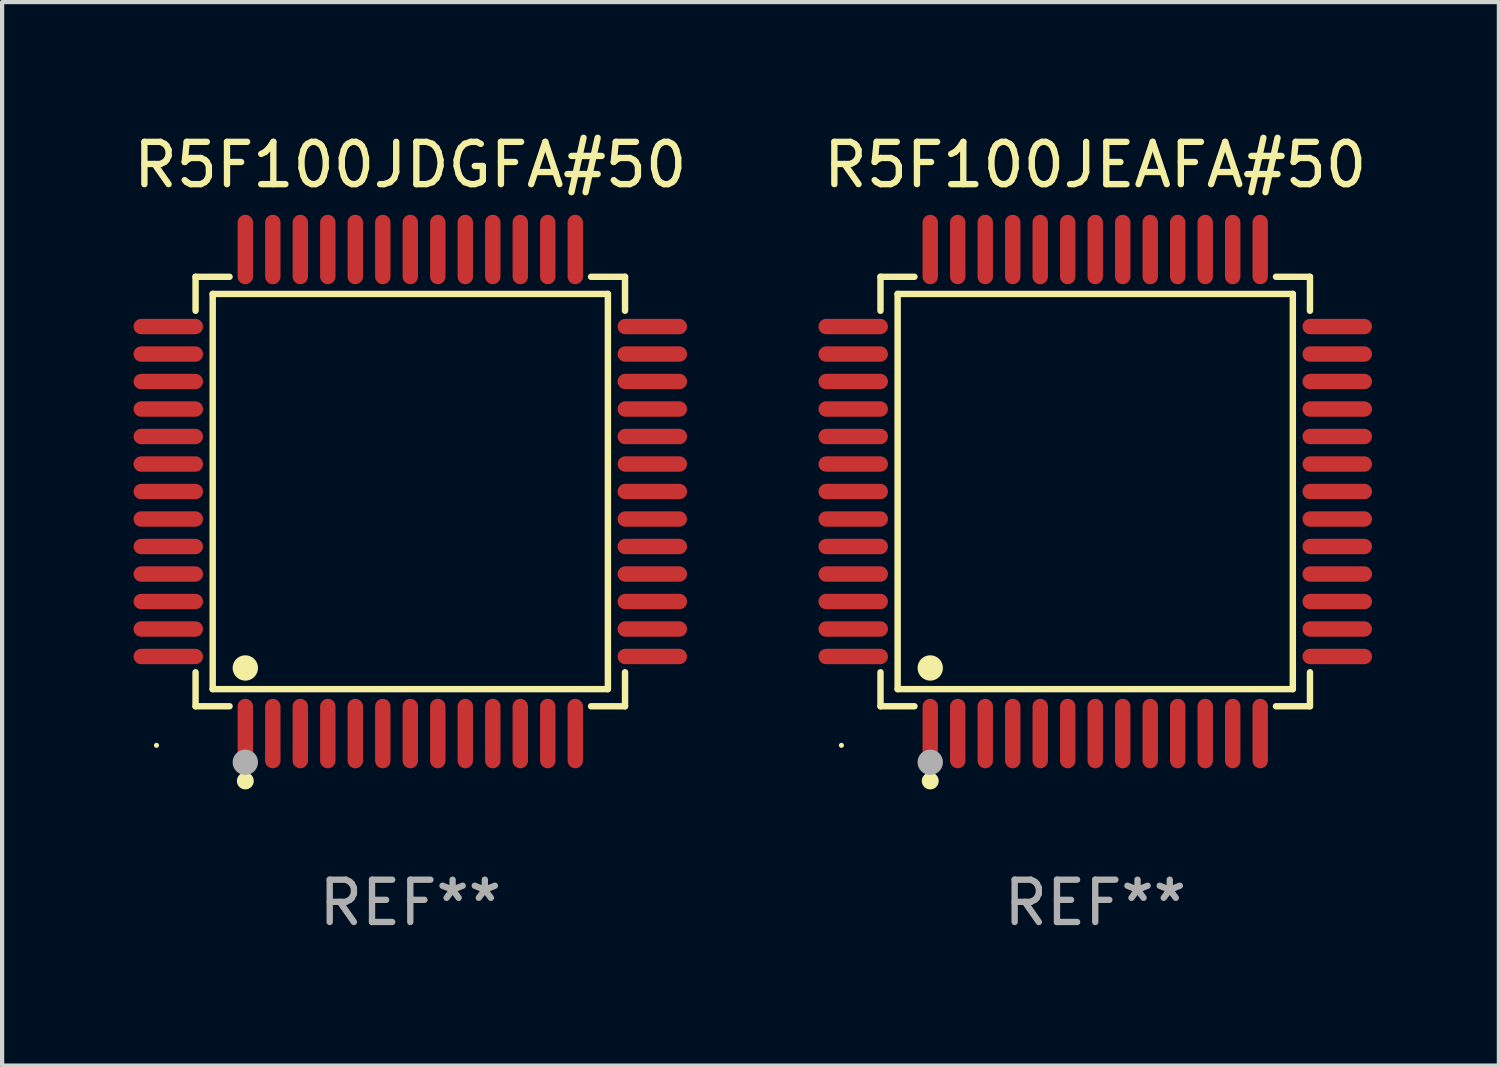
<source format=kicad_pcb>
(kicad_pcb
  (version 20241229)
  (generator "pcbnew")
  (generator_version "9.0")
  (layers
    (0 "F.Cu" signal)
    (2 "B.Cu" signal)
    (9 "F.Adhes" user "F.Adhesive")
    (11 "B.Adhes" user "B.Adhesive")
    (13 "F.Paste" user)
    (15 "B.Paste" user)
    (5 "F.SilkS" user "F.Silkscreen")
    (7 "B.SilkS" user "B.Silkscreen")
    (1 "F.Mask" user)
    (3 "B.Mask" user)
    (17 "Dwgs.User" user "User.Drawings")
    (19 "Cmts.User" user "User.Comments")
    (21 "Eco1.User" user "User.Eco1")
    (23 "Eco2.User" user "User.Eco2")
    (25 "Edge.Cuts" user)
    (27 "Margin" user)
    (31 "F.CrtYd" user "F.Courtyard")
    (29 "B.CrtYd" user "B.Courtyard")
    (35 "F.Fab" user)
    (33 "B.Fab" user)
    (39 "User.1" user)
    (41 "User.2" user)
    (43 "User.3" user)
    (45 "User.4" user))
  (footprint "R5F100JDGFA#50"
    (layer "F.Cu")
    (at 6.649 8.569)
    (property "Reference" "R5F100JDGFA#50" (at 0 -7.721 0) (layer "F.SilkS") (effects (font (size 1 1) (thickness 0.15))))
    (attr through_hole)
    (fp_line (start -5.076 -5.076) (end -4.273 -5.076) (stroke (width 0.152) (type solid)) (layer "F.SilkS"))
    (fp_line (start -5.076 -4.273) (end -5.076 -5.076) (stroke (width 0.152) (type solid)) (layer "F.SilkS"))
    (fp_line (start -5.076 4.273) (end -5.076 5.076) (stroke (width 0.152) (type solid)) (layer "F.SilkS"))
    (fp_line (start -5.076 5.076) (end -4.273 5.076) (stroke (width 0.152) (type solid)) (layer "F.SilkS"))
    (fp_line (start -4.671 -4.671) (end 4.671 -4.671) (stroke (width 0.152) (type solid)) (layer "F.SilkS"))
    (fp_line (start -4.671 4.671) (end -4.671 -4.671) (stroke (width 0.152) (type solid)) (layer "F.SilkS"))
    (fp_line (start 4.671 -4.671) (end 4.671 4.671) (stroke (width 0.152) (type solid)) (layer "F.SilkS"))
    (fp_line (start 4.671 4.671) (end -4.671 4.671) (stroke (width 0.152) (type solid)) (layer "F.SilkS"))
    (fp_line (start 5.076 -5.076) (end 4.273 -5.076) (stroke (width 0.152) (type solid)) (layer "F.SilkS"))
    (fp_line (start 5.076 -4.273) (end 5.076 -5.076) (stroke (width 0.152) (type solid)) (layer "F.SilkS"))
    (fp_line (start 5.076 4.273) (end 5.076 5.076) (stroke (width 0.152) (type solid)) (layer "F.SilkS"))
    (fp_line (start 5.076 5.076) (end 4.273 5.076) (stroke (width 0.152) (type solid)) (layer "F.SilkS"))
    (fp_circle (center -6 6) (end -5.97 6) (stroke (width 0.06) (type solid)) (fill no) (layer "F.SilkS"))
    (fp_circle (center -3.9 4.171) (end -3.75 4.171) (stroke (width 0.3) (type solid)) (fill no) (layer "F.SilkS"))
    (fp_circle (center -3.9 6.842) (end -3.8 6.842) (stroke (width 0.2) (type solid)) (fill no) (layer "F.SilkS"))
    (fp_circle (center -3.9 6.4) (end -3.75 6.4) (stroke (width 0.3) (type solid)) (fill no) (layer "F.Fab"))
    (fp_text user "REF**" (at 0 9.721 0) (layer "F.Fab") (effects (font (size 1 1) (thickness 0.15))))
    (pad "1" smd oval (at -3.9 5.721) (size 0.364 1.642) (layers "F.Cu" "F.Mask" "F.Paste"))
    (pad "2" smd oval (at -3.25 5.721) (size 0.364 1.642) (layers "F.Cu" "F.Mask" "F.Paste"))
    (pad "3" smd oval (at -2.6 5.721) (size 0.364 1.642) (layers "F.Cu" "F.Mask" "F.Paste"))
    (pad "4" smd oval (at -1.95 5.721) (size 0.364 1.642) (layers "F.Cu" "F.Mask" "F.Paste"))
    (pad "5" smd oval (at -1.3 5.721) (size 0.364 1.642) (layers "F.Cu" "F.Mask" "F.Paste"))
    (pad "6" smd oval (at -0.65 5.721) (size 0.364 1.642) (layers "F.Cu" "F.Mask" "F.Paste"))
    (pad "7" smd oval (at 0 5.721) (size 0.364 1.642) (layers "F.Cu" "F.Mask" "F.Paste"))
    (pad "8" smd oval (at 0.65 5.721) (size 0.364 1.642) (layers "F.Cu" "F.Mask" "F.Paste"))
    (pad "9" smd oval (at 1.3 5.721) (size 0.364 1.642) (layers "F.Cu" "F.Mask" "F.Paste"))
    (pad "10" smd oval (at 1.95 5.721) (size 0.364 1.642) (layers "F.Cu" "F.Mask" "F.Paste"))
    (pad "11" smd oval (at 2.6 5.721) (size 0.364 1.642) (layers "F.Cu" "F.Mask" "F.Paste"))
    (pad "12" smd oval (at 3.25 5.721) (size 0.364 1.642) (layers "F.Cu" "F.Mask" "F.Paste"))
    (pad "13" smd oval (at 3.9 5.721) (size 0.364 1.642) (layers "F.Cu" "F.Mask" "F.Paste"))
    (pad "14" smd oval (at 5.721 3.9) (size 1.642 0.364) (layers "F.Cu" "F.Mask" "F.Paste"))
    (pad "15" smd oval (at 5.721 3.25) (size 1.642 0.364) (layers "F.Cu" "F.Mask" "F.Paste"))
    (pad "16" smd oval (at 5.721 2.6) (size 1.642 0.364) (layers "F.Cu" "F.Mask" "F.Paste"))
    (pad "17" smd oval (at 5.721 1.95) (size 1.642 0.364) (layers "F.Cu" "F.Mask" "F.Paste"))
    (pad "18" smd oval (at 5.721 1.3) (size 1.642 0.364) (layers "F.Cu" "F.Mask" "F.Paste"))
    (pad "19" smd oval (at 5.721 0.65) (size 1.642 0.364) (layers "F.Cu" "F.Mask" "F.Paste"))
    (pad "20" smd oval (at 5.721 0) (size 1.642 0.364) (layers "F.Cu" "F.Mask" "F.Paste"))
    (pad "21" smd oval (at 5.721 -0.65) (size 1.642 0.364) (layers "F.Cu" "F.Mask" "F.Paste"))
    (pad "22" smd oval (at 5.721 -1.3) (size 1.642 0.364) (layers "F.Cu" "F.Mask" "F.Paste"))
    (pad "23" smd oval (at 5.721 -1.95) (size 1.642 0.364) (layers "F.Cu" "F.Mask" "F.Paste"))
    (pad "24" smd oval (at 5.721 -2.6) (size 1.642 0.364) (layers "F.Cu" "F.Mask" "F.Paste"))
    (pad "25" smd oval (at 5.721 -3.25) (size 1.642 0.364) (layers "F.Cu" "F.Mask" "F.Paste"))
    (pad "26" smd oval (at 5.721 -3.9) (size 1.642 0.364) (layers "F.Cu" "F.Mask" "F.Paste"))
    (pad "27" smd oval (at 3.9 -5.721) (size 0.364 1.642) (layers "F.Cu" "F.Mask" "F.Paste"))
    (pad "28" smd oval (at 3.25 -5.721) (size 0.364 1.642) (layers "F.Cu" "F.Mask" "F.Paste"))
    (pad "29" smd oval (at 2.6 -5.721) (size 0.364 1.642) (layers "F.Cu" "F.Mask" "F.Paste"))
    (pad "30" smd oval (at 1.95 -5.721) (size 0.364 1.642) (layers "F.Cu" "F.Mask" "F.Paste"))
    (pad "31" smd oval (at 1.3 -5.721) (size 0.364 1.642) (layers "F.Cu" "F.Mask" "F.Paste"))
    (pad "32" smd oval (at 0.65 -5.721) (size 0.364 1.642) (layers "F.Cu" "F.Mask" "F.Paste"))
    (pad "33" smd oval (at 0 -5.721) (size 0.364 1.642) (layers "F.Cu" "F.Mask" "F.Paste"))
    (pad "34" smd oval (at -0.65 -5.721) (size 0.364 1.642) (layers "F.Cu" "F.Mask" "F.Paste"))
    (pad "35" smd oval (at -1.3 -5.721) (size 0.364 1.642) (layers "F.Cu" "F.Mask" "F.Paste"))
    (pad "36" smd oval (at -1.95 -5.721) (size 0.364 1.642) (layers "F.Cu" "F.Mask" "F.Paste"))
    (pad "37" smd oval (at -2.6 -5.721) (size 0.364 1.642) (layers "F.Cu" "F.Mask" "F.Paste"))
    (pad "38" smd oval (at -3.25 -5.721) (size 0.364 1.642) (layers "F.Cu" "F.Mask" "F.Paste"))
    (pad "39" smd oval (at -3.9 -5.721) (size 0.364 1.642) (layers "F.Cu" "F.Mask" "F.Paste"))
    (pad "40" smd oval (at -5.721 -3.9) (size 1.642 0.364) (layers "F.Cu" "F.Mask" "F.Paste"))
    (pad "41" smd oval (at -5.721 -3.25) (size 1.642 0.364) (layers "F.Cu" "F.Mask" "F.Paste"))
    (pad "42" smd oval (at -5.721 -2.6) (size 1.642 0.364) (layers "F.Cu" "F.Mask" "F.Paste"))
    (pad "43" smd oval (at -5.721 -1.95) (size 1.642 0.364) (layers "F.Cu" "F.Mask" "F.Paste"))
    (pad "44" smd oval (at -5.721 -1.3) (size 1.642 0.364) (layers "F.Cu" "F.Mask" "F.Paste"))
    (pad "45" smd oval (at -5.721 -0.65) (size 1.642 0.364) (layers "F.Cu" "F.Mask" "F.Paste"))
    (pad "46" smd oval (at -5.721 0) (size 1.642 0.364) (layers "F.Cu" "F.Mask" "F.Paste"))
    (pad "47" smd oval (at -5.721 0.65) (size 1.642 0.364) (layers "F.Cu" "F.Mask" "F.Paste"))
    (pad "48" smd oval (at -5.721 1.3) (size 1.642 0.364) (layers "F.Cu" "F.Mask" "F.Paste"))
    (pad "49" smd oval (at -5.721 1.95) (size 1.642 0.364) (layers "F.Cu" "F.Mask" "F.Paste"))
    (pad "50" smd oval (at -5.721 2.6) (size 1.642 0.364) (layers "F.Cu" "F.Mask" "F.Paste"))
    (pad "51" smd oval (at -5.721 3.25) (size 1.642 0.364) (layers "F.Cu" "F.Mask" "F.Paste"))
    (pad "52" smd oval (at -5.721 3.9) (size 1.642 0.364) (layers "F.Cu" "F.Mask" "F.Paste")))
  (footprint "R5F100JEAFA#50"
    (layer "F.Cu")
    (at 22.84 8.569)
    (property "Reference" "R5F100JEAFA#50" (at 0 -7.721 0) (layer "F.SilkS") (effects (font (size 1 1) (thickness 0.15))))
    (attr through_hole)
    (fp_line (start -5.076 -5.076) (end -4.273 -5.076) (stroke (width 0.152) (type solid)) (layer "F.SilkS"))
    (fp_line (start -5.076 -4.273) (end -5.076 -5.076) (stroke (width 0.152) (type solid)) (layer "F.SilkS"))
    (fp_line (start -5.076 4.273) (end -5.076 5.076) (stroke (width 0.152) (type solid)) (layer "F.SilkS"))
    (fp_line (start -5.076 5.076) (end -4.273 5.076) (stroke (width 0.152) (type solid)) (layer "F.SilkS"))
    (fp_line (start -4.671 -4.671) (end 4.671 -4.671) (stroke (width 0.152) (type solid)) (layer "F.SilkS"))
    (fp_line (start -4.671 4.671) (end -4.671 -4.671) (stroke (width 0.152) (type solid)) (layer "F.SilkS"))
    (fp_line (start 4.671 -4.671) (end 4.671 4.671) (stroke (width 0.152) (type solid)) (layer "F.SilkS"))
    (fp_line (start 4.671 4.671) (end -4.671 4.671) (stroke (width 0.152) (type solid)) (layer "F.SilkS"))
    (fp_line (start 5.076 -5.076) (end 4.273 -5.076) (stroke (width 0.152) (type solid)) (layer "F.SilkS"))
    (fp_line (start 5.076 -4.273) (end 5.076 -5.076) (stroke (width 0.152) (type solid)) (layer "F.SilkS"))
    (fp_line (start 5.076 4.273) (end 5.076 5.076) (stroke (width 0.152) (type solid)) (layer "F.SilkS"))
    (fp_line (start 5.076 5.076) (end 4.273 5.076) (stroke (width 0.152) (type solid)) (layer "F.SilkS"))
    (fp_circle (center -6 6) (end -5.97 6) (stroke (width 0.06) (type solid)) (fill no) (layer "F.SilkS"))
    (fp_circle (center -3.9 4.171) (end -3.75 4.171) (stroke (width 0.3) (type solid)) (fill no) (layer "F.SilkS"))
    (fp_circle (center -3.9 6.842) (end -3.8 6.842) (stroke (width 0.2) (type solid)) (fill no) (layer "F.SilkS"))
    (fp_circle (center -3.9 6.4) (end -3.75 6.4) (stroke (width 0.3) (type solid)) (fill no) (layer "F.Fab"))
    (fp_text user "REF**" (at 0 9.721 0) (layer "F.Fab") (effects (font (size 1 1) (thickness 0.15))))
    (pad "1" smd oval (at -3.9 5.721) (size 0.364 1.642) (layers "F.Cu" "F.Mask" "F.Paste"))
    (pad "2" smd oval (at -3.25 5.721) (size 0.364 1.642) (layers "F.Cu" "F.Mask" "F.Paste"))
    (pad "3" smd oval (at -2.6 5.721) (size 0.364 1.642) (layers "F.Cu" "F.Mask" "F.Paste"))
    (pad "4" smd oval (at -1.95 5.721) (size 0.364 1.642) (layers "F.Cu" "F.Mask" "F.Paste"))
    (pad "5" smd oval (at -1.3 5.721) (size 0.364 1.642) (layers "F.Cu" "F.Mask" "F.Paste"))
    (pad "6" smd oval (at -0.65 5.721) (size 0.364 1.642) (layers "F.Cu" "F.Mask" "F.Paste"))
    (pad "7" smd oval (at 0 5.721) (size 0.364 1.642) (layers "F.Cu" "F.Mask" "F.Paste"))
    (pad "8" smd oval (at 0.65 5.721) (size 0.364 1.642) (layers "F.Cu" "F.Mask" "F.Paste"))
    (pad "9" smd oval (at 1.3 5.721) (size 0.364 1.642) (layers "F.Cu" "F.Mask" "F.Paste"))
    (pad "10" smd oval (at 1.95 5.721) (size 0.364 1.642) (layers "F.Cu" "F.Mask" "F.Paste"))
    (pad "11" smd oval (at 2.6 5.721) (size 0.364 1.642) (layers "F.Cu" "F.Mask" "F.Paste"))
    (pad "12" smd oval (at 3.25 5.721) (size 0.364 1.642) (layers "F.Cu" "F.Mask" "F.Paste"))
    (pad "13" smd oval (at 3.9 5.721) (size 0.364 1.642) (layers "F.Cu" "F.Mask" "F.Paste"))
    (pad "14" smd oval (at 5.721 3.9) (size 1.642 0.364) (layers "F.Cu" "F.Mask" "F.Paste"))
    (pad "15" smd oval (at 5.721 3.25) (size 1.642 0.364) (layers "F.Cu" "F.Mask" "F.Paste"))
    (pad "16" smd oval (at 5.721 2.6) (size 1.642 0.364) (layers "F.Cu" "F.Mask" "F.Paste"))
    (pad "17" smd oval (at 5.721 1.95) (size 1.642 0.364) (layers "F.Cu" "F.Mask" "F.Paste"))
    (pad "18" smd oval (at 5.721 1.3) (size 1.642 0.364) (layers "F.Cu" "F.Mask" "F.Paste"))
    (pad "19" smd oval (at 5.721 0.65) (size 1.642 0.364) (layers "F.Cu" "F.Mask" "F.Paste"))
    (pad "20" smd oval (at 5.721 0) (size 1.642 0.364) (layers "F.Cu" "F.Mask" "F.Paste"))
    (pad "21" smd oval (at 5.721 -0.65) (size 1.642 0.364) (layers "F.Cu" "F.Mask" "F.Paste"))
    (pad "22" smd oval (at 5.721 -1.3) (size 1.642 0.364) (layers "F.Cu" "F.Mask" "F.Paste"))
    (pad "23" smd oval (at 5.721 -1.95) (size 1.642 0.364) (layers "F.Cu" "F.Mask" "F.Paste"))
    (pad "24" smd oval (at 5.721 -2.6) (size 1.642 0.364) (layers "F.Cu" "F.Mask" "F.Paste"))
    (pad "25" smd oval (at 5.721 -3.25) (size 1.642 0.364) (layers "F.Cu" "F.Mask" "F.Paste"))
    (pad "26" smd oval (at 5.721 -3.9) (size 1.642 0.364) (layers "F.Cu" "F.Mask" "F.Paste"))
    (pad "27" smd oval (at 3.9 -5.721) (size 0.364 1.642) (layers "F.Cu" "F.Mask" "F.Paste"))
    (pad "28" smd oval (at 3.25 -5.721) (size 0.364 1.642) (layers "F.Cu" "F.Mask" "F.Paste"))
    (pad "29" smd oval (at 2.6 -5.721) (size 0.364 1.642) (layers "F.Cu" "F.Mask" "F.Paste"))
    (pad "30" smd oval (at 1.95 -5.721) (size 0.364 1.642) (layers "F.Cu" "F.Mask" "F.Paste"))
    (pad "31" smd oval (at 1.3 -5.721) (size 0.364 1.642) (layers "F.Cu" "F.Mask" "F.Paste"))
    (pad "32" smd oval (at 0.65 -5.721) (size 0.364 1.642) (layers "F.Cu" "F.Mask" "F.Paste"))
    (pad "33" smd oval (at 0 -5.721) (size 0.364 1.642) (layers "F.Cu" "F.Mask" "F.Paste"))
    (pad "34" smd oval (at -0.65 -5.721) (size 0.364 1.642) (layers "F.Cu" "F.Mask" "F.Paste"))
    (pad "35" smd oval (at -1.3 -5.721) (size 0.364 1.642) (layers "F.Cu" "F.Mask" "F.Paste"))
    (pad "36" smd oval (at -1.95 -5.721) (size 0.364 1.642) (layers "F.Cu" "F.Mask" "F.Paste"))
    (pad "37" smd oval (at -2.6 -5.721) (size 0.364 1.642) (layers "F.Cu" "F.Mask" "F.Paste"))
    (pad "38" smd oval (at -3.25 -5.721) (size 0.364 1.642) (layers "F.Cu" "F.Mask" "F.Paste"))
    (pad "39" smd oval (at -3.9 -5.721) (size 0.364 1.642) (layers "F.Cu" "F.Mask" "F.Paste"))
    (pad "40" smd oval (at -5.721 -3.9) (size 1.642 0.364) (layers "F.Cu" "F.Mask" "F.Paste"))
    (pad "41" smd oval (at -5.721 -3.25) (size 1.642 0.364) (layers "F.Cu" "F.Mask" "F.Paste"))
    (pad "42" smd oval (at -5.721 -2.6) (size 1.642 0.364) (layers "F.Cu" "F.Mask" "F.Paste"))
    (pad "43" smd oval (at -5.721 -1.95) (size 1.642 0.364) (layers "F.Cu" "F.Mask" "F.Paste"))
    (pad "44" smd oval (at -5.721 -1.3) (size 1.642 0.364) (layers "F.Cu" "F.Mask" "F.Paste"))
    (pad "45" smd oval (at -5.721 -0.65) (size 1.642 0.364) (layers "F.Cu" "F.Mask" "F.Paste"))
    (pad "46" smd oval (at -5.721 0) (size 1.642 0.364) (layers "F.Cu" "F.Mask" "F.Paste"))
    (pad "47" smd oval (at -5.721 0.65) (size 1.642 0.364) (layers "F.Cu" "F.Mask" "F.Paste"))
    (pad "48" smd oval (at -5.721 1.3) (size 1.642 0.364) (layers "F.Cu" "F.Mask" "F.Paste"))
    (pad "49" smd oval (at -5.721 1.95) (size 1.642 0.364) (layers "F.Cu" "F.Mask" "F.Paste"))
    (pad "50" smd oval (at -5.721 2.6) (size 1.642 0.364) (layers "F.Cu" "F.Mask" "F.Paste"))
    (pad "51" smd oval (at -5.721 3.25) (size 1.642 0.364) (layers "F.Cu" "F.Mask" "F.Paste"))
    (pad "52" smd oval (at -5.721 3.9) (size 1.642 0.364) (layers "F.Cu" "F.Mask" "F.Paste")))
  (gr_rect
    (start -3 -3)
    (end 32.382 22.139)
    (stroke (width 0.1) (type default))
    (fill no)
    (layer "Edge.Cuts")))
</source>
